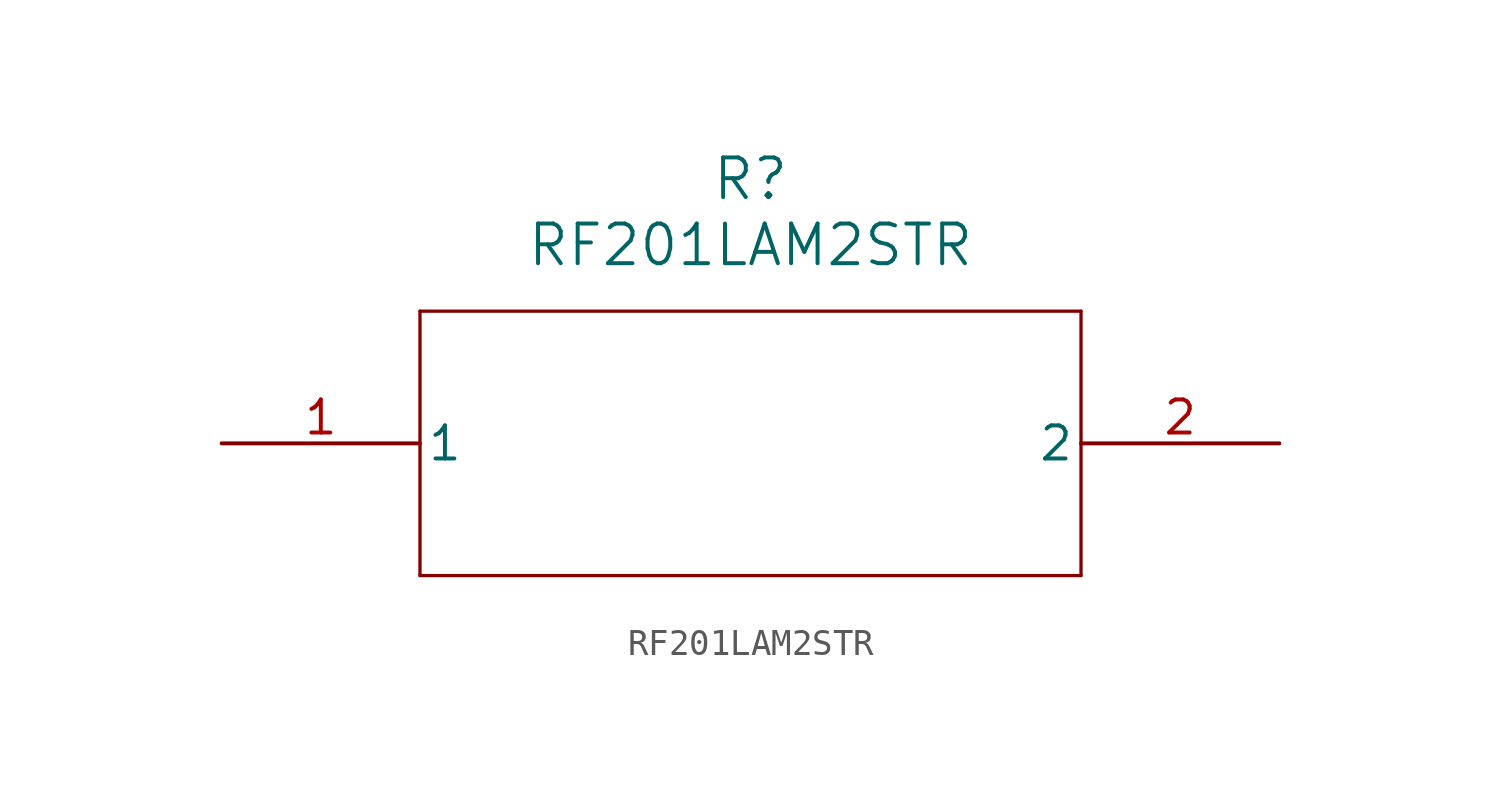
<source format=kicad_sym>
(kicad_symbol_lib
  (version 20211014)
  (generator kicad_symbol_editor)
  (symbol "RF201LAM2STR"
    (pin_names
      (offset 0.254))
    (property "Reference" "R"
      (at 20.32 10.16 0)
      (effects (font (size 1.524 1.524))))
    (property "Value" "RF201LAM2STR"
      (at 20.32 7.62 0)
      (effects (font (size 1.524 1.524))))
    (symbol "RF201LAM2STR_0_1"
      (polyline (pts (xy 7.62 5.08) (xy 7.62 -5.08)) (stroke (width 0.127) (type default) (color 0 0 0 0)) (fill (type none)))
      (polyline (pts (xy 7.62 -5.08) (xy 33.02 -5.08)) (stroke (width 0.127) (type default) (color 0 0 0 0)) (fill (type none)))
      (polyline (pts (xy 33.02 -5.08) (xy 33.02 5.08)) (stroke (width 0.127) (type default) (color 0 0 0 0)) (fill (type none)))
      (polyline (pts (xy 33.02 5.08) (xy 7.62 5.08)) (stroke (width 0.127) (type default) (color 0 0 0 0)) (fill (type none)))
      (pin unspecified line (at 0 0 0) (length 7.62) (name "1" (effects (font (size 1.27 1.27)))) (number "1" (effects (font (size 1.27 1.27)))))
      (pin unspecified line (at 40.64 0 180) (length 7.62) (name "2" (effects (font (size 1.27 1.27)))) (number "2" (effects (font (size 1.27 1.27))))))))
</source>
